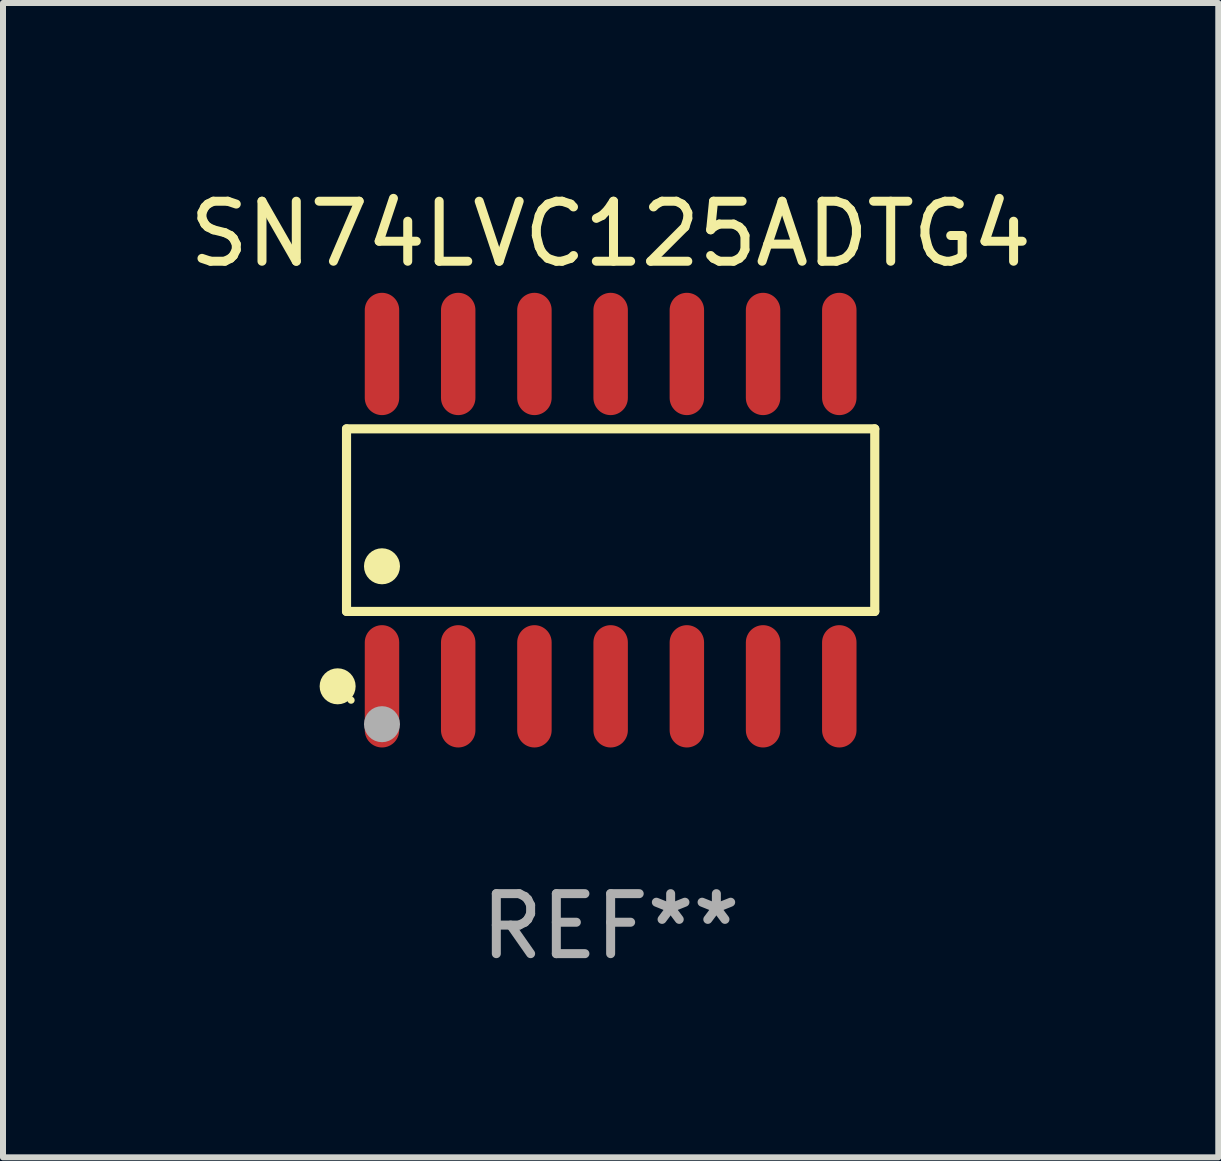
<source format=kicad_pcb>
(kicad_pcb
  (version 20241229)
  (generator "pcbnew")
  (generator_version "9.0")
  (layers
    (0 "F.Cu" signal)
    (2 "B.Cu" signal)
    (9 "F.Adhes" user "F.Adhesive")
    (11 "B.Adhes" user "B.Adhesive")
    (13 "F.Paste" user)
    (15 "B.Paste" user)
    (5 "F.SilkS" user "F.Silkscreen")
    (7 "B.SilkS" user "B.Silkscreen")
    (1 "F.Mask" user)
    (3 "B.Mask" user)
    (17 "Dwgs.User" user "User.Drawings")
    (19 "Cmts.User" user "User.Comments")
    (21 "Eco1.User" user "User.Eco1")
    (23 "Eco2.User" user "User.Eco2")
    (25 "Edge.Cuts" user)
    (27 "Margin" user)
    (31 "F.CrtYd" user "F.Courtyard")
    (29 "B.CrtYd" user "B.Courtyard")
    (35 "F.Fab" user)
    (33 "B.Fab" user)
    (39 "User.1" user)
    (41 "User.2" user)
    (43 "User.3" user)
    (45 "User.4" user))
  (footprint "SN74LVC125ADTG4"
    (layer "F.Cu")
    (at 7.125 5.617)
    (property "Reference" "SN74LVC125ADTG4" (at 0 -4.769 0) (layer "F.SilkS") (effects (font (size 1 1) (thickness 0.15))))
    (attr through_hole)
    (fp_line (start -4.401 -1.521) (end 4.401 -1.521) (stroke (width 0.152) (type solid)) (layer "F.SilkS"))
    (fp_line (start -4.401 1.521) (end -4.401 -1.521) (stroke (width 0.152) (type solid)) (layer "F.SilkS"))
    (fp_line (start 4.401 -1.521) (end 4.401 1.521) (stroke (width 0.152) (type solid)) (layer "F.SilkS"))
    (fp_line (start 4.401 1.521) (end -4.401 1.521) (stroke (width 0.152) (type solid)) (layer "F.SilkS"))
    (fp_circle (center -4.549 2.769) (end -4.399 2.769) (stroke (width 0.3) (type solid)) (fill no) (layer "F.SilkS"))
    (fp_circle (center -4.325 3) (end -4.295 3) (stroke (width 0.06) (type solid)) (fill no) (layer "F.SilkS"))
    (fp_circle (center -3.81 0.769) (end -3.66 0.769) (stroke (width 0.3) (type solid)) (fill no) (layer "F.SilkS"))
    (fp_circle (center -3.81 3.4) (end -3.66 3.4) (stroke (width 0.3) (type solid)) (fill no) (layer "F.Fab"))
    (fp_text user "REF**" (at 0 6.769 0) (layer "F.Fab") (effects (font (size 1 1) (thickness 0.15))))
    (pad "1" smd oval (at -3.81 2.769) (size 0.574 2.038) (layers "F.Cu" "F.Mask" "F.Paste"))
    (pad "2" smd oval (at -2.54 2.769) (size 0.574 2.038) (layers "F.Cu" "F.Mask" "F.Paste"))
    (pad "3" smd oval (at -1.27 2.769) (size 0.574 2.038) (layers "F.Cu" "F.Mask" "F.Paste"))
    (pad "4" smd oval (at 0 2.769) (size 0.574 2.038) (layers "F.Cu" "F.Mask" "F.Paste"))
    (pad "5" smd oval (at 1.27 2.769) (size 0.574 2.038) (layers "F.Cu" "F.Mask" "F.Paste"))
    (pad "6" smd oval (at 2.54 2.769) (size 0.574 2.038) (layers "F.Cu" "F.Mask" "F.Paste"))
    (pad "7" smd oval (at 3.81 2.769) (size 0.574 2.038) (layers "F.Cu" "F.Mask" "F.Paste"))
    (pad "8" smd oval (at 3.81 -2.769) (size 0.574 2.038) (layers "F.Cu" "F.Mask" "F.Paste"))
    (pad "9" smd oval (at 2.54 -2.769) (size 0.574 2.038) (layers "F.Cu" "F.Mask" "F.Paste"))
    (pad "10" smd oval (at 1.27 -2.769) (size 0.574 2.038) (layers "F.Cu" "F.Mask" "F.Paste"))
    (pad "11" smd oval (at 0 -2.769) (size 0.574 2.038) (layers "F.Cu" "F.Mask" "F.Paste"))
    (pad "12" smd oval (at -1.27 -2.769) (size 0.574 2.038) (layers "F.Cu" "F.Mask" "F.Paste"))
    (pad "13" smd oval (at -2.54 -2.769) (size 0.574 2.038) (layers "F.Cu" "F.Mask" "F.Paste"))
    (pad "14" smd oval (at -3.81 -2.769) (size 0.574 2.038) (layers "F.Cu" "F.Mask" "F.Paste")))
  (gr_rect
    (start -3 -3)
    (end 17.25 16.235)
    (stroke (width 0.1) (type default))
    (fill no)
    (layer "Edge.Cuts")))
</source>
